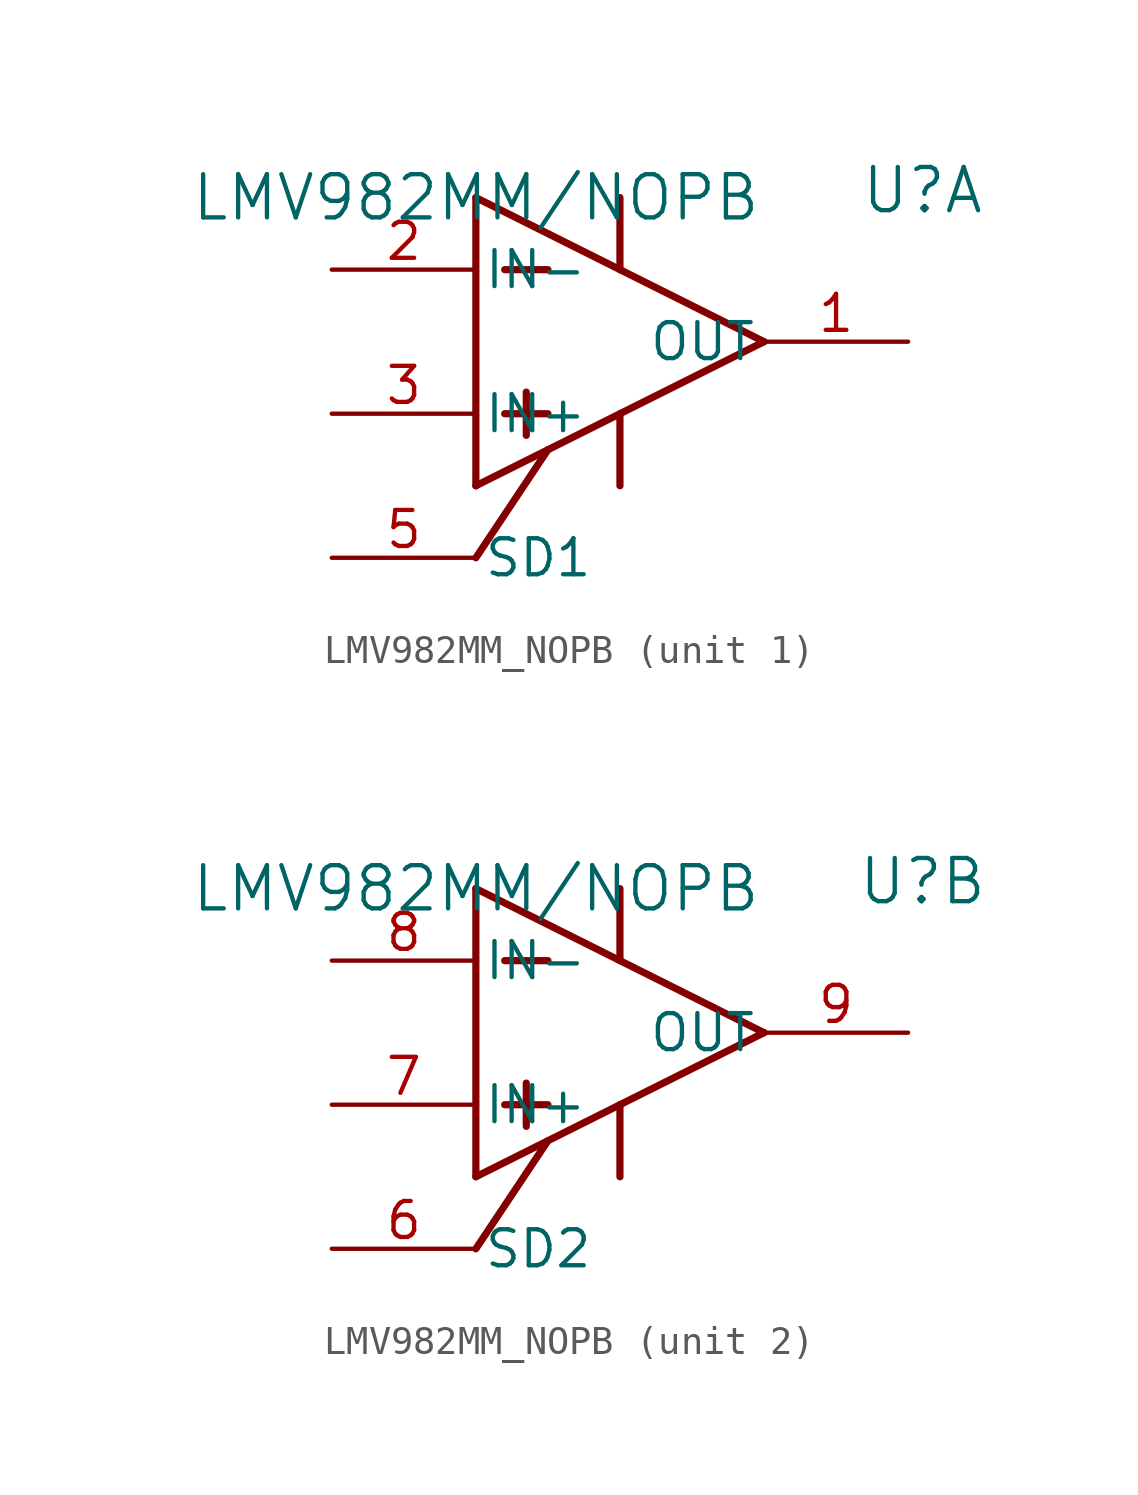
<source format=kicad_sym>
(kicad_symbol_lib
  (version 20211014)
  (generator kicad_symbol_editor)
  (symbol "LMV982MM_NOPB"
    (pin_names
      (offset 0.254))
    (property "Reference" "U"
      (at 15.748 0.254 0)
      (effects (font (size 1.524 1.524))))
    (property "Value" "LMV982MM/NOPB"
      (at 0 0 0)
      (effects (font (size 1.524 1.524))))
    (symbol "LMV982MM_NOPB_1_1"
      (polyline (pts (xy 0 0) (xy 10.16 -5.08)) (stroke (width 0.254) (type default) (color 0 0 0 0)) (fill (type none)))
      (polyline (pts (xy 0 -10.16) (xy 10.16 -5.08)) (stroke (width 0.254) (type default) (color 0 0 0 0)) (fill (type none)))
      (polyline (pts (xy 0 0) (xy 0 -10.16)) (stroke (width 0.254) (type default) (color 0 0 0 0)) (fill (type none)))
      (polyline (pts (xy 1.016 -2.54) (xy 2.54 -2.54)) (stroke (width 0.254) (type default) (color 0 0 0 0)) (fill (type none)))
      (polyline (pts (xy 1.016 -7.62) (xy 2.54 -7.62)) (stroke (width 0.254) (type default) (color 0 0 0 0)) (fill (type none)))
      (polyline (pts (xy 1.778 -6.858) (xy 1.778 -8.382)) (stroke (width 0.254) (type default) (color 0 0 0 0)) (fill (type none)))
      (polyline (pts (xy 5.08 0) (xy 5.08 -2.54)) (stroke (width 0.254) (type default) (color 0 0 0 0)) (fill (type none)))
      (polyline (pts (xy 5.08 -7.62) (xy 5.08 -10.16)) (stroke (width 0.254) (type default) (color 0 0 0 0)) (fill (type none)))
      (polyline (pts (xy 2.54 -8.89) (xy 0 -12.7)) (stroke (width 0.254) (type default) (color 0 0 0 0)) (fill (type none)))
      (pin input line (at -5.08 -2.54 0) (length 5.08) (name "IN-" (effects (font (size 1.27 1.27)))) (number "2" (effects (font (size 1.27 1.27)))))
      (pin input line (at -5.08 -7.62 0) (length 5.08) (name "IN+" (effects (font (size 1.27 1.27)))) (number "3" (effects (font (size 1.27 1.27)))))
      (pin output line (at 15.24 -5.08 180) (length 5.08) (name "OUT" (effects (font (size 1.27 1.27)))) (number "1" (effects (font (size 1.27 1.27)))))
      (pin input line (at -5.08 -12.7 0) (length 5.08) (name "SD1" (effects (font (size 1.27 1.27)))) (number "5" (effects (font (size 1.27 1.27))))))
    (symbol "LMV982MM_NOPB_2_1"
      (polyline (pts (xy 0 0) (xy 10.16 -5.08)) (stroke (width 0.254) (type default) (color 0 0 0 0)) (fill (type none)))
      (polyline (pts (xy 0 -10.16) (xy 10.16 -5.08)) (stroke (width 0.254) (type default) (color 0 0 0 0)) (fill (type none)))
      (polyline (pts (xy 0 0) (xy 0 -10.16)) (stroke (width 0.254) (type default) (color 0 0 0 0)) (fill (type none)))
      (polyline (pts (xy 1.016 -2.54) (xy 2.54 -2.54)) (stroke (width 0.254) (type default) (color 0 0 0 0)) (fill (type none)))
      (polyline (pts (xy 1.016 -7.62) (xy 2.54 -7.62)) (stroke (width 0.254) (type default) (color 0 0 0 0)) (fill (type none)))
      (polyline (pts (xy 1.778 -6.858) (xy 1.778 -8.382)) (stroke (width 0.254) (type default) (color 0 0 0 0)) (fill (type none)))
      (polyline (pts (xy 5.08 0) (xy 5.08 -2.54)) (stroke (width 0.254) (type default) (color 0 0 0 0)) (fill (type none)))
      (polyline (pts (xy 5.08 -7.62) (xy 5.08 -10.16)) (stroke (width 0.254) (type default) (color 0 0 0 0)) (fill (type none)))
      (polyline (pts (xy 2.54 -8.89) (xy 0 -12.7)) (stroke (width 0.254) (type default) (color 0 0 0 0)) (fill (type none)))
      (pin input line (at -5.08 -7.62 0) (length 5.08) (name "IN+" (effects (font (size 1.27 1.27)))) (number "7" (effects (font (size 1.27 1.27)))))
      (pin input line (at -5.08 -2.54 0) (length 5.08) (name "IN-" (effects (font (size 1.27 1.27)))) (number "8" (effects (font (size 1.27 1.27)))))
      (pin output line (at 15.24 -5.08 180) (length 5.08) (name "OUT" (effects (font (size 1.27 1.27)))) (number "9" (effects (font (size 1.27 1.27)))))
      (pin input line (at -5.08 -12.7 0) (length 5.08) (name "SD2" (effects (font (size 1.27 1.27)))) (number "6" (effects (font (size 1.27 1.27))))))))
</source>
